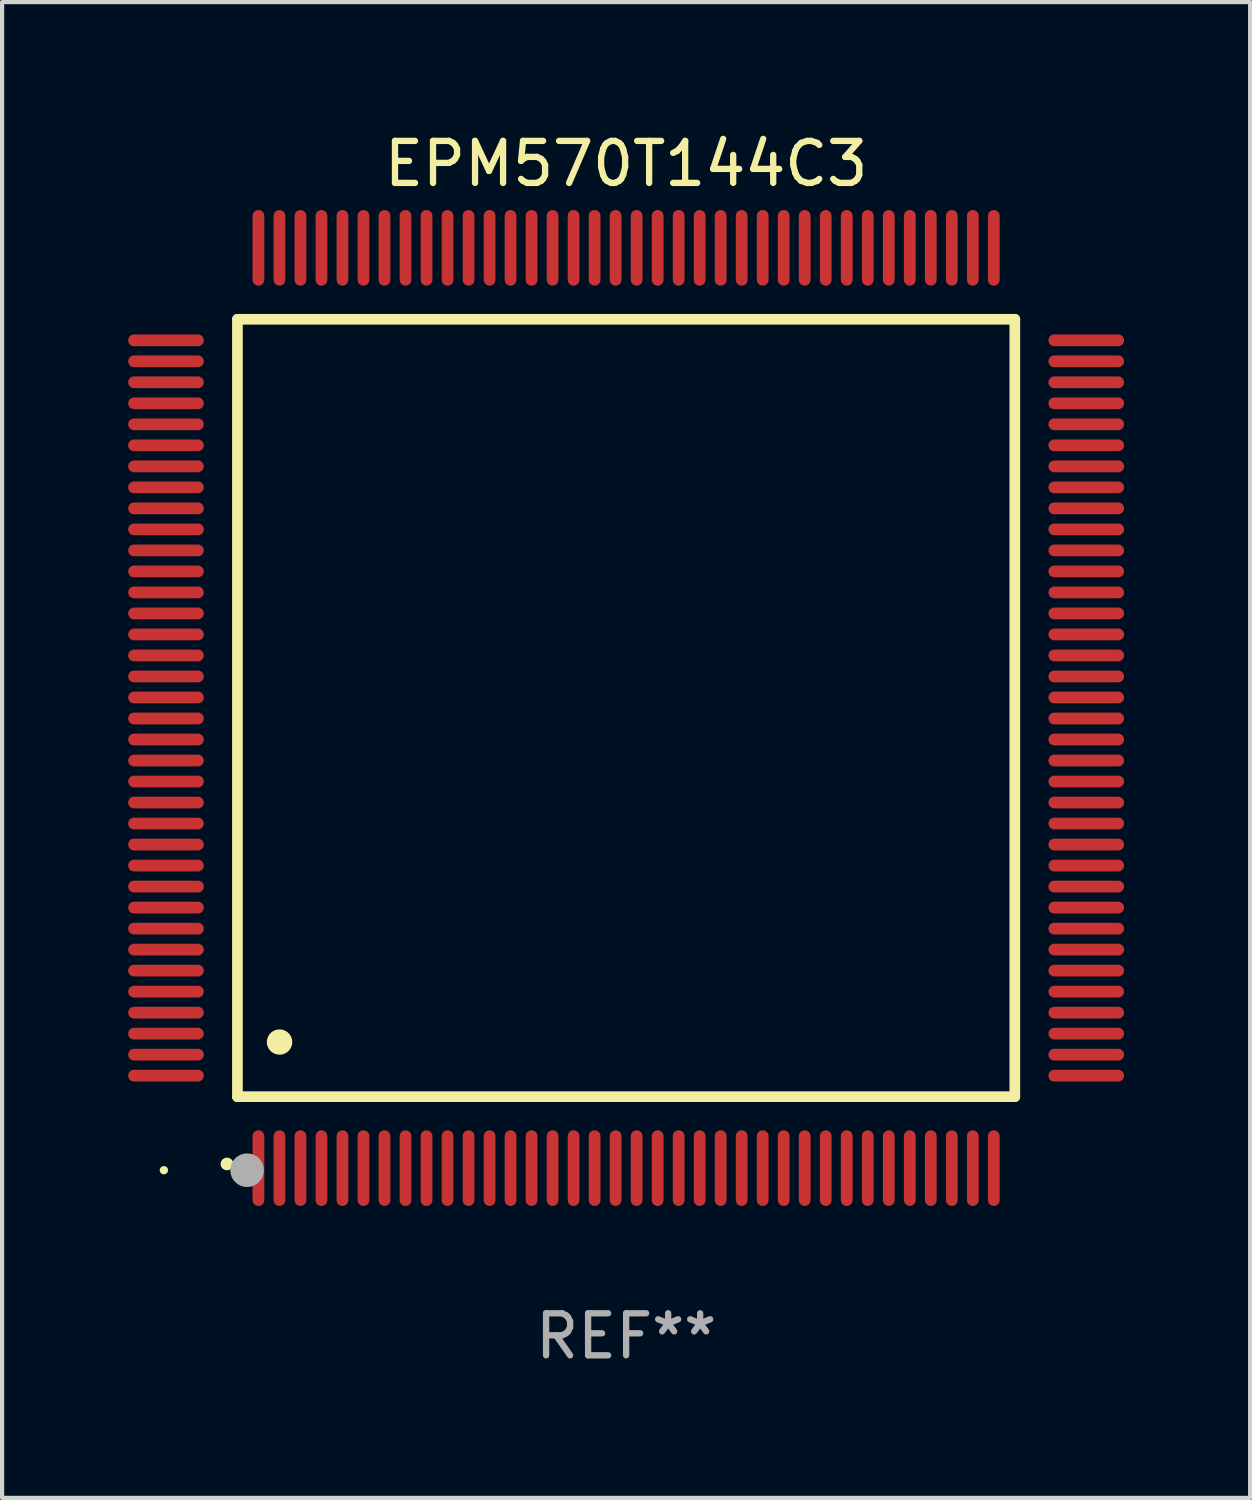
<source format=kicad_pcb>
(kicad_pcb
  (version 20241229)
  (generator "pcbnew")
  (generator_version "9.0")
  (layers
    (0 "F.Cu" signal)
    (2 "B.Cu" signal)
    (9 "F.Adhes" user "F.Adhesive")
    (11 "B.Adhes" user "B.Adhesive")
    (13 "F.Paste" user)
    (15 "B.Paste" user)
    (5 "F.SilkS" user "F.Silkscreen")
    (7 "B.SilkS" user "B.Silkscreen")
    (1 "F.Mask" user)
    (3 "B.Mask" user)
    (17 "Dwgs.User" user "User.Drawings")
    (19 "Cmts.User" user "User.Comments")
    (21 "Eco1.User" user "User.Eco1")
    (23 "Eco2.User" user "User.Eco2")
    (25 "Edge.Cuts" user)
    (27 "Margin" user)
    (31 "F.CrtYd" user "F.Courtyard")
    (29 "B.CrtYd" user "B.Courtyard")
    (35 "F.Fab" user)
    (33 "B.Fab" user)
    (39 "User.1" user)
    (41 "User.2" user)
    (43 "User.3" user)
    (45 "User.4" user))
  (footprint "EPM570T144C3"
    (layer "F.Cu")
    (at 11.85 13.798)
    (property "Reference" "EPM570T144C3" (at 0 -12.95 0) (layer "F.SilkS") (effects (font (size 1 1) (thickness 0.15))))
    (attr through_hole)
    (fp_line (start -9.25 -9.25) (end -9.25 9.25) (stroke (width 0.254) (type solid)) (layer "F.SilkS"))
    (fp_line (start -9.25 9.25) (end 9.25 9.25) (stroke (width 0.254) (type solid)) (layer "F.SilkS"))
    (fp_line (start 9.25 -9.25) (end -9.25 -9.25) (stroke (width 0.254) (type solid)) (layer "F.SilkS"))
    (fp_line (start 9.25 9.25) (end 9.25 -9.25) (stroke (width 0.254) (type solid)) (layer "F.SilkS"))
    (fp_arc (start -9.499619 10.850902) (mid -9.498349 10.850897) (end -9.497079 10.850902) (stroke (width 0.3) (type solid)) (layer "F.SilkS"))
    (fp_arc (start -8.249936 7.950216) (mid -8.247396 7.950205) (end -8.244856 7.950216) (stroke (width 0.6) (type solid)) (layer "F.SilkS"))
    (fp_circle (center -11 11) (end -10.95 11) (stroke (width 0.1) (type solid)) (fill no) (layer "F.SilkS"))
    (fp_circle (center -9.02 11) (end -8.82 11) (stroke (width 0.4) (type solid)) (fill no) (layer "F.Fab"))
    (fp_text user "REF**" (at 0 14.95 0) (layer "F.Fab") (effects (font (size 1 1) (thickness 0.15))))
    (pad "1" smd oval (at -8.75 10.95) (size 0.28 1.8) (layers "F.Cu" "F.Mask" "F.Paste"))
    (pad "2" smd oval (at -8.25 10.95) (size 0.28 1.8) (layers "F.Cu" "F.Mask" "F.Paste"))
    (pad "3" smd oval (at -7.75 10.95) (size 0.28 1.8) (layers "F.Cu" "F.Mask" "F.Paste"))
    (pad "4" smd oval (at -7.25 10.95) (size 0.28 1.8) (layers "F.Cu" "F.Mask" "F.Paste"))
    (pad "5" smd oval (at -6.75 10.95) (size 0.28 1.8) (layers "F.Cu" "F.Mask" "F.Paste"))
    (pad "6" smd oval (at -6.25 10.95) (size 0.28 1.8) (layers "F.Cu" "F.Mask" "F.Paste"))
    (pad "7" smd oval (at -5.75 10.95) (size 0.28 1.8) (layers "F.Cu" "F.Mask" "F.Paste"))
    (pad "8" smd oval (at -5.25 10.95) (size 0.28 1.8) (layers "F.Cu" "F.Mask" "F.Paste"))
    (pad "9" smd oval (at -4.75 10.95) (size 0.28 1.8) (layers "F.Cu" "F.Mask" "F.Paste"))
    (pad "10" smd oval (at -4.25 10.95) (size 0.28 1.8) (layers "F.Cu" "F.Mask" "F.Paste"))
    (pad "11" smd oval (at -3.75 10.95) (size 0.28 1.8) (layers "F.Cu" "F.Mask" "F.Paste"))
    (pad "12" smd oval (at -3.25 10.95) (size 0.28 1.8) (layers "F.Cu" "F.Mask" "F.Paste"))
    (pad "13" smd oval (at -2.75 10.95) (size 0.28 1.8) (layers "F.Cu" "F.Mask" "F.Paste"))
    (pad "14" smd oval (at -2.25 10.95) (size 0.28 1.8) (layers "F.Cu" "F.Mask" "F.Paste"))
    (pad "15" smd oval (at -1.75 10.95) (size 0.28 1.8) (layers "F.Cu" "F.Mask" "F.Paste"))
    (pad "16" smd oval (at -1.25 10.95) (size 0.28 1.8) (layers "F.Cu" "F.Mask" "F.Paste"))
    (pad "17" smd oval (at -0.75 10.95) (size 0.28 1.8) (layers "F.Cu" "F.Mask" "F.Paste"))
    (pad "18" smd oval (at -0.25 10.95) (size 0.28 1.8) (layers "F.Cu" "F.Mask" "F.Paste"))
    (pad "19" smd oval (at 0.25 10.95) (size 0.28 1.8) (layers "F.Cu" "F.Mask" "F.Paste"))
    (pad "20" smd oval (at 0.75 10.95) (size 0.28 1.8) (layers "F.Cu" "F.Mask" "F.Paste"))
    (pad "21" smd oval (at 1.25 10.95) (size 0.28 1.8) (layers "F.Cu" "F.Mask" "F.Paste"))
    (pad "22" smd oval (at 1.75 10.95) (size 0.28 1.8) (layers "F.Cu" "F.Mask" "F.Paste"))
    (pad "23" smd oval (at 2.25 10.95) (size 0.28 1.8) (layers "F.Cu" "F.Mask" "F.Paste"))
    (pad "24" smd oval (at 2.75 10.95) (size 0.28 1.8) (layers "F.Cu" "F.Mask" "F.Paste"))
    (pad "25" smd oval (at 3.25 10.95) (size 0.28 1.8) (layers "F.Cu" "F.Mask" "F.Paste"))
    (pad "26" smd oval (at 3.75 10.95) (size 0.28 1.8) (layers "F.Cu" "F.Mask" "F.Paste"))
    (pad "27" smd oval (at 4.25 10.95) (size 0.28 1.8) (layers "F.Cu" "F.Mask" "F.Paste"))
    (pad "28" smd oval (at 4.75 10.95) (size 0.28 1.8) (layers "F.Cu" "F.Mask" "F.Paste"))
    (pad "29" smd oval (at 5.25 10.95) (size 0.28 1.8) (layers "F.Cu" "F.Mask" "F.Paste"))
    (pad "30" smd oval (at 5.75 10.95) (size 0.28 1.8) (layers "F.Cu" "F.Mask" "F.Paste"))
    (pad "31" smd oval (at 6.25 10.95) (size 0.28 1.8) (layers "F.Cu" "F.Mask" "F.Paste"))
    (pad "32" smd oval (at 6.75 10.95) (size 0.28 1.8) (layers "F.Cu" "F.Mask" "F.Paste"))
    (pad "33" smd oval (at 7.25 10.95) (size 0.28 1.8) (layers "F.Cu" "F.Mask" "F.Paste"))
    (pad "34" smd oval (at 7.75 10.95) (size 0.28 1.8) (layers "F.Cu" "F.Mask" "F.Paste"))
    (pad "35" smd oval (at 8.25 10.95) (size 0.28 1.8) (layers "F.Cu" "F.Mask" "F.Paste"))
    (pad "36" smd oval (at 8.75 10.95) (size 0.28 1.8) (layers "F.Cu" "F.Mask" "F.Paste"))
    (pad "37" smd oval (at 10.95 8.75) (size 1.8 0.28) (layers "F.Cu" "F.Mask" "F.Paste"))
    (pad "38" smd oval (at 10.95 8.25) (size 1.8 0.28) (layers "F.Cu" "F.Mask" "F.Paste"))
    (pad "39" smd oval (at 10.95 7.75) (size 1.8 0.28) (layers "F.Cu" "F.Mask" "F.Paste"))
    (pad "40" smd oval (at 10.95 7.25) (size 1.8 0.28) (layers "F.Cu" "F.Mask" "F.Paste"))
    (pad "41" smd oval (at 10.95 6.75) (size 1.8 0.28) (layers "F.Cu" "F.Mask" "F.Paste"))
    (pad "42" smd oval (at 10.95 6.25) (size 1.8 0.28) (layers "F.Cu" "F.Mask" "F.Paste"))
    (pad "43" smd oval (at 10.95 5.75) (size 1.8 0.28) (layers "F.Cu" "F.Mask" "F.Paste"))
    (pad "44" smd oval (at 10.95 5.25) (size 1.8 0.28) (layers "F.Cu" "F.Mask" "F.Paste"))
    (pad "45" smd oval (at 10.95 4.75) (size 1.8 0.28) (layers "F.Cu" "F.Mask" "F.Paste"))
    (pad "46" smd oval (at 10.95 4.25) (size 1.8 0.28) (layers "F.Cu" "F.Mask" "F.Paste"))
    (pad "47" smd oval (at 10.95 3.75) (size 1.8 0.28) (layers "F.Cu" "F.Mask" "F.Paste"))
    (pad "48" smd oval (at 10.95 3.25) (size 1.8 0.28) (layers "F.Cu" "F.Mask" "F.Paste"))
    (pad "49" smd oval (at 10.95 2.75) (size 1.8 0.28) (layers "F.Cu" "F.Mask" "F.Paste"))
    (pad "50" smd oval (at 10.95 2.25) (size 1.8 0.28) (layers "F.Cu" "F.Mask" "F.Paste"))
    (pad "51" smd oval (at 10.95 1.75) (size 1.8 0.28) (layers "F.Cu" "F.Mask" "F.Paste"))
    (pad "52" smd oval (at 10.95 1.25) (size 1.8 0.28) (layers "F.Cu" "F.Mask" "F.Paste"))
    (pad "53" smd oval (at 10.95 0.75) (size 1.8 0.28) (layers "F.Cu" "F.Mask" "F.Paste"))
    (pad "54" smd oval (at 10.95 0.25) (size 1.8 0.28) (layers "F.Cu" "F.Mask" "F.Paste"))
    (pad "55" smd oval (at 10.95 -0.25) (size 1.8 0.28) (layers "F.Cu" "F.Mask" "F.Paste"))
    (pad "56" smd oval (at 10.95 -0.75) (size 1.8 0.28) (layers "F.Cu" "F.Mask" "F.Paste"))
    (pad "57" smd oval (at 10.95 -1.25) (size 1.8 0.28) (layers "F.Cu" "F.Mask" "F.Paste"))
    (pad "58" smd oval (at 10.95 -1.75) (size 1.8 0.28) (layers "F.Cu" "F.Mask" "F.Paste"))
    (pad "59" smd oval (at 10.95 -2.25) (size 1.8 0.28) (layers "F.Cu" "F.Mask" "F.Paste"))
    (pad "60" smd oval (at 10.95 -2.75) (size 1.8 0.28) (layers "F.Cu" "F.Mask" "F.Paste"))
    (pad "61" smd oval (at 10.95 -3.25) (size 1.8 0.28) (layers "F.Cu" "F.Mask" "F.Paste"))
    (pad "62" smd oval (at 10.95 -3.75) (size 1.8 0.28) (layers "F.Cu" "F.Mask" "F.Paste"))
    (pad "63" smd oval (at 10.95 -4.25) (size 1.8 0.28) (layers "F.Cu" "F.Mask" "F.Paste"))
    (pad "64" smd oval (at 10.95 -4.75) (size 1.8 0.28) (layers "F.Cu" "F.Mask" "F.Paste"))
    (pad "65" smd oval (at 10.95 -5.25) (size 1.8 0.28) (layers "F.Cu" "F.Mask" "F.Paste"))
    (pad "66" smd oval (at 10.95 -5.75) (size 1.8 0.28) (layers "F.Cu" "F.Mask" "F.Paste"))
    (pad "67" smd oval (at 10.95 -6.25) (size 1.8 0.28) (layers "F.Cu" "F.Mask" "F.Paste"))
    (pad "68" smd oval (at 10.95 -6.75) (size 1.8 0.28) (layers "F.Cu" "F.Mask" "F.Paste"))
    (pad "69" smd oval (at 10.95 -7.25) (size 1.8 0.28) (layers "F.Cu" "F.Mask" "F.Paste"))
    (pad "70" smd oval (at 10.95 -7.75) (size 1.8 0.28) (layers "F.Cu" "F.Mask" "F.Paste"))
    (pad "71" smd oval (at 10.95 -8.25) (size 1.8 0.28) (layers "F.Cu" "F.Mask" "F.Paste"))
    (pad "72" smd oval (at 10.95 -8.75) (size 1.8 0.28) (layers "F.Cu" "F.Mask" "F.Paste"))
    (pad "73" smd oval (at 8.75 -10.95) (size 0.28 1.8) (layers "F.Cu" "F.Mask" "F.Paste"))
    (pad "74" smd oval (at 8.25 -10.95) (size 0.28 1.8) (layers "F.Cu" "F.Mask" "F.Paste"))
    (pad "75" smd oval (at 7.75 -10.95) (size 0.28 1.8) (layers "F.Cu" "F.Mask" "F.Paste"))
    (pad "76" smd oval (at 7.25 -10.95) (size 0.28 1.8) (layers "F.Cu" "F.Mask" "F.Paste"))
    (pad "77" smd oval (at 6.75 -10.95) (size 0.28 1.8) (layers "F.Cu" "F.Mask" "F.Paste"))
    (pad "78" smd oval (at 6.25 -10.95) (size 0.28 1.8) (layers "F.Cu" "F.Mask" "F.Paste"))
    (pad "79" smd oval (at 5.75 -10.95) (size 0.28 1.8) (layers "F.Cu" "F.Mask" "F.Paste"))
    (pad "80" smd oval (at 5.25 -10.95) (size 0.28 1.8) (layers "F.Cu" "F.Mask" "F.Paste"))
    (pad "81" smd oval (at 4.75 -10.95) (size 0.28 1.8) (layers "F.Cu" "F.Mask" "F.Paste"))
    (pad "82" smd oval (at 4.25 -10.95) (size 0.28 1.8) (layers "F.Cu" "F.Mask" "F.Paste"))
    (pad "83" smd oval (at 3.75 -10.95) (size 0.28 1.8) (layers "F.Cu" "F.Mask" "F.Paste"))
    (pad "84" smd oval (at 3.25 -10.95) (size 0.28 1.8) (layers "F.Cu" "F.Mask" "F.Paste"))
    (pad "85" smd oval (at 2.75 -10.95) (size 0.28 1.8) (layers "F.Cu" "F.Mask" "F.Paste"))
    (pad "86" smd oval (at 2.25 -10.95) (size 0.28 1.8) (layers "F.Cu" "F.Mask" "F.Paste"))
    (pad "87" smd oval (at 1.75 -10.95) (size 0.28 1.8) (layers "F.Cu" "F.Mask" "F.Paste"))
    (pad "88" smd oval (at 1.25 -10.95) (size 0.28 1.8) (layers "F.Cu" "F.Mask" "F.Paste"))
    (pad "89" smd oval (at 0.75 -10.95) (size 0.28 1.8) (layers "F.Cu" "F.Mask" "F.Paste"))
    (pad "90" smd oval (at 0.25 -10.95) (size 0.28 1.8) (layers "F.Cu" "F.Mask" "F.Paste"))
    (pad "91" smd oval (at -0.25 -10.95) (size 0.28 1.8) (layers "F.Cu" "F.Mask" "F.Paste"))
    (pad "92" smd oval (at -0.75 -10.95) (size 0.28 1.8) (layers "F.Cu" "F.Mask" "F.Paste"))
    (pad "93" smd oval (at -1.25 -10.95) (size 0.28 1.8) (layers "F.Cu" "F.Mask" "F.Paste"))
    (pad "94" smd oval (at -1.75 -10.95) (size 0.28 1.8) (layers "F.Cu" "F.Mask" "F.Paste"))
    (pad "95" smd oval (at -2.25 -10.95) (size 0.28 1.8) (layers "F.Cu" "F.Mask" "F.Paste"))
    (pad "96" smd oval (at -2.75 -10.95) (size 0.28 1.8) (layers "F.Cu" "F.Mask" "F.Paste"))
    (pad "97" smd oval (at -3.25 -10.95) (size 0.28 1.8) (layers "F.Cu" "F.Mask" "F.Paste"))
    (pad "98" smd oval (at -3.75 -10.95) (size 0.28 1.8) (layers "F.Cu" "F.Mask" "F.Paste"))
    (pad "99" smd oval (at -4.25 -10.95) (size 0.28 1.8) (layers "F.Cu" "F.Mask" "F.Paste"))
    (pad "100" smd oval (at -4.75 -10.95) (size 0.28 1.8) (layers "F.Cu" "F.Mask" "F.Paste"))
    (pad "101" smd oval (at -5.25 -10.95) (size 0.28 1.8) (layers "F.Cu" "F.Mask" "F.Paste"))
    (pad "102" smd oval (at -5.75 -10.95) (size 0.28 1.8) (layers "F.Cu" "F.Mask" "F.Paste"))
    (pad "103" smd oval (at -6.25 -10.95) (size 0.28 1.8) (layers "F.Cu" "F.Mask" "F.Paste"))
    (pad "104" smd oval (at -6.75 -10.95) (size 0.28 1.8) (layers "F.Cu" "F.Mask" "F.Paste"))
    (pad "105" smd oval (at -7.25 -10.95) (size 0.28 1.8) (layers "F.Cu" "F.Mask" "F.Paste"))
    (pad "106" smd oval (at -7.75 -10.95) (size 0.28 1.8) (layers "F.Cu" "F.Mask" "F.Paste"))
    (pad "107" smd oval (at -8.25 -10.95) (size 0.28 1.8) (layers "F.Cu" "F.Mask" "F.Paste"))
    (pad "108" smd oval (at -8.75 -10.95) (size 0.28 1.8) (layers "F.Cu" "F.Mask" "F.Paste"))
    (pad "109" smd oval (at -10.95 -8.75) (size 1.8 0.28) (layers "F.Cu" "F.Mask" "F.Paste"))
    (pad "110" smd oval (at -10.95 -8.25) (size 1.8 0.28) (layers "F.Cu" "F.Mask" "F.Paste"))
    (pad "111" smd oval (at -10.95 -7.75) (size 1.8 0.28) (layers "F.Cu" "F.Mask" "F.Paste"))
    (pad "112" smd oval (at -10.95 -7.25) (size 1.8 0.28) (layers "F.Cu" "F.Mask" "F.Paste"))
    (pad "113" smd oval (at -10.95 -6.75) (size 1.8 0.28) (layers "F.Cu" "F.Mask" "F.Paste"))
    (pad "114" smd oval (at -10.95 -6.25) (size 1.8 0.28) (layers "F.Cu" "F.Mask" "F.Paste"))
    (pad "115" smd oval (at -10.95 -5.75) (size 1.8 0.28) (layers "F.Cu" "F.Mask" "F.Paste"))
    (pad "116" smd oval (at -10.95 -5.25) (size 1.8 0.28) (layers "F.Cu" "F.Mask" "F.Paste"))
    (pad "117" smd oval (at -10.95 -4.75) (size 1.8 0.28) (layers "F.Cu" "F.Mask" "F.Paste"))
    (pad "118" smd oval (at -10.95 -4.25) (size 1.8 0.28) (layers "F.Cu" "F.Mask" "F.Paste"))
    (pad "119" smd oval (at -10.95 -3.75) (size 1.8 0.28) (layers "F.Cu" "F.Mask" "F.Paste"))
    (pad "120" smd oval (at -10.95 -3.25) (size 1.8 0.28) (layers "F.Cu" "F.Mask" "F.Paste"))
    (pad "121" smd oval (at -10.95 -2.75) (size 1.8 0.28) (layers "F.Cu" "F.Mask" "F.Paste"))
    (pad "122" smd oval (at -10.95 -2.25) (size 1.8 0.28) (layers "F.Cu" "F.Mask" "F.Paste"))
    (pad "123" smd oval (at -10.95 -1.75) (size 1.8 0.28) (layers "F.Cu" "F.Mask" "F.Paste"))
    (pad "124" smd oval (at -10.95 -1.25) (size 1.8 0.28) (layers "F.Cu" "F.Mask" "F.Paste"))
    (pad "125" smd oval (at -10.95 -0.75) (size 1.8 0.28) (layers "F.Cu" "F.Mask" "F.Paste"))
    (pad "126" smd oval (at -10.95 -0.25) (size 1.8 0.28) (layers "F.Cu" "F.Mask" "F.Paste"))
    (pad "127" smd oval (at -10.95 0.25) (size 1.8 0.28) (layers "F.Cu" "F.Mask" "F.Paste"))
    (pad "128" smd oval (at -10.95 0.75) (size 1.8 0.28) (layers "F.Cu" "F.Mask" "F.Paste"))
    (pad "129" smd oval (at -10.95 1.25) (size 1.8 0.28) (layers "F.Cu" "F.Mask" "F.Paste"))
    (pad "130" smd oval (at -10.95 1.75) (size 1.8 0.28) (layers "F.Cu" "F.Mask" "F.Paste"))
    (pad "131" smd oval (at -10.95 2.25) (size 1.8 0.28) (layers "F.Cu" "F.Mask" "F.Paste"))
    (pad "132" smd oval (at -10.95 2.75) (size 1.8 0.28) (layers "F.Cu" "F.Mask" "F.Paste"))
    (pad "133" smd oval (at -10.95 3.25) (size 1.8 0.28) (layers "F.Cu" "F.Mask" "F.Paste"))
    (pad "134" smd oval (at -10.95 3.75) (size 1.8 0.28) (layers "F.Cu" "F.Mask" "F.Paste"))
    (pad "135" smd oval (at -10.95 4.25) (size 1.8 0.28) (layers "F.Cu" "F.Mask" "F.Paste"))
    (pad "136" smd oval (at -10.95 4.75) (size 1.8 0.28) (layers "F.Cu" "F.Mask" "F.Paste"))
    (pad "137" smd oval (at -10.95 5.25) (size 1.8 0.28) (layers "F.Cu" "F.Mask" "F.Paste"))
    (pad "138" smd oval (at -10.95 5.75) (size 1.8 0.28) (layers "F.Cu" "F.Mask" "F.Paste"))
    (pad "139" smd oval (at -10.95 6.25) (size 1.8 0.28) (layers "F.Cu" "F.Mask" "F.Paste"))
    (pad "140" smd oval (at -10.95 6.75) (size 1.8 0.28) (layers "F.Cu" "F.Mask" "F.Paste"))
    (pad "141" smd oval (at -10.95 7.25) (size 1.8 0.28) (layers "F.Cu" "F.Mask" "F.Paste"))
    (pad "142" smd oval (at -10.95 7.75) (size 1.8 0.28) (layers "F.Cu" "F.Mask" "F.Paste"))
    (pad "143" smd oval (at -10.95 8.25) (size 1.8 0.28) (layers "F.Cu" "F.Mask" "F.Paste"))
    (pad "144" smd oval (at -10.95 8.75) (size 1.8 0.28) (layers "F.Cu" "F.Mask" "F.Paste")))
  (gr_rect
    (start -3 -3)
    (end 26.7 32.596)
    (stroke (width 0.1) (type default))
    (fill no)
    (layer "Edge.Cuts")))
</source>
